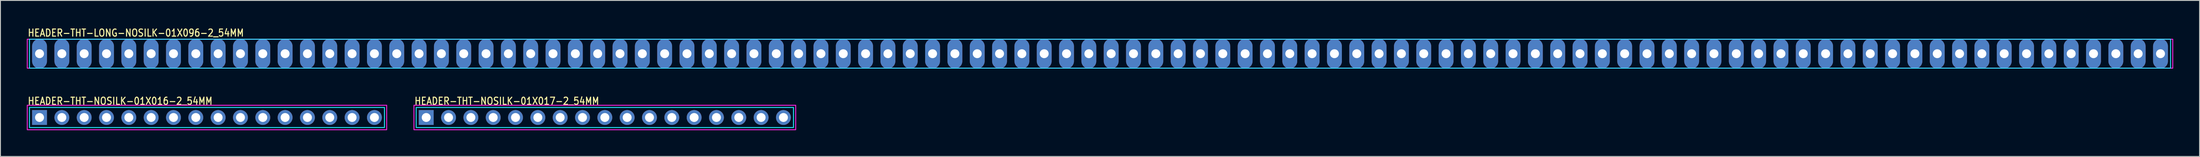
<source format=kicad_pcb>
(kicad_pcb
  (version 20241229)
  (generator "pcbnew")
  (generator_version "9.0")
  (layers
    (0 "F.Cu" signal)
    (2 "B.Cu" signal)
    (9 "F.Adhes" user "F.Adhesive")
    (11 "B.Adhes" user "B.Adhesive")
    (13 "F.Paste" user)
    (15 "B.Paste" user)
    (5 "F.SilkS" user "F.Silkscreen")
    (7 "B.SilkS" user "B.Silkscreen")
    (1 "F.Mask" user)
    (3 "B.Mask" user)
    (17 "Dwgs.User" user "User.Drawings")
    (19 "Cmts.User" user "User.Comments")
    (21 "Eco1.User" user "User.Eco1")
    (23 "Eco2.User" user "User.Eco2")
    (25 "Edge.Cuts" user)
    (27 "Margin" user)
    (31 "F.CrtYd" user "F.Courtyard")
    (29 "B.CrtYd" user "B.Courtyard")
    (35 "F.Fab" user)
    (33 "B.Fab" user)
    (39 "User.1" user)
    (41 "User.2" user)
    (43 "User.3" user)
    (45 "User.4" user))
  (footprint "HEADER-THT-LONG-NOSILK-01X096-2_54MM"
    (layer "F.Cu")
    (at 1.447 3.079)
    (property "Reference" "HEADER-THT-LONG-NOSILK-01X096-2_54MM" (at -1.4 -1.9 0) (unlocked yes) (layer "F.SilkS") (effects (font (size 0.813 0.695) (thickness 0.122)) (justify left bottom)))
    (fp_poly (pts (xy -1.143 -1.651) (xy 242.443 -1.651) (xy 242.443 1.651) (xy -1.143 1.651)) (stroke (width 0.1) (type solid)) (fill no) (layer "B.CrtYd"))
    (fp_poly (pts (xy -1.397 -1.651) (xy 242.697 -1.651) (xy 242.697 1.651) (xy -1.397 1.651)) (stroke (width 0.1) (type solid)) (fill no) (layer "F.CrtYd"))
    (pad "P$1" thru_hole oval (at 0 0 90) (size 3.387 1.693) (drill 1.016) (layers "*.Cu" "*.Mask"))
    (pad "P$2" thru_hole oval (at 2.54 0 90) (size 3.387 1.693) (drill 1.016) (layers "*.Cu" "*.Mask"))
    (pad "P$3" thru_hole oval (at 5.08 0 90) (size 3.387 1.693) (drill 1.016) (layers "*.Cu" "*.Mask"))
    (pad "P$4" thru_hole oval (at 7.62 0 90) (size 3.387 1.693) (drill 1.016) (layers "*.Cu" "*.Mask"))
    (pad "P$5" thru_hole oval (at 10.16 0 90) (size 3.387 1.693) (drill 1.016) (layers "*.Cu" "*.Mask"))
    (pad "P$6" thru_hole oval (at 12.7 0 90) (size 3.387 1.693) (drill 1.016) (layers "*.Cu" "*.Mask"))
    (pad "P$7" thru_hole oval (at 15.24 0 90) (size 3.387 1.693) (drill 1.016) (layers "*.Cu" "*.Mask"))
    (pad "P$8" thru_hole oval (at 17.78 0 90) (size 3.387 1.693) (drill 1.016) (layers "*.Cu" "*.Mask"))
    (pad "P$9" thru_hole oval (at 20.32 0 90) (size 3.387 1.693) (drill 1.016) (layers "*.Cu" "*.Mask"))
    (pad "P$10" thru_hole oval (at 22.86 0 90) (size 3.387 1.693) (drill 1.016) (layers "*.Cu" "*.Mask"))
    (pad "P$11" thru_hole oval (at 25.4 0 90) (size 3.387 1.693) (drill 1.016) (layers "*.Cu" "*.Mask"))
    (pad "P$12" thru_hole oval (at 27.94 0 90) (size 3.387 1.693) (drill 1.016) (layers "*.Cu" "*.Mask"))
    (pad "P$13" thru_hole oval (at 30.48 0 90) (size 3.387 1.693) (drill 1.016) (layers "*.Cu" "*.Mask"))
    (pad "P$14" thru_hole oval (at 33.02 0 90) (size 3.387 1.693) (drill 1.016) (layers "*.Cu" "*.Mask"))
    (pad "P$15" thru_hole oval (at 35.56 0 90) (size 3.387 1.693) (drill 1.016) (layers "*.Cu" "*.Mask"))
    (pad "P$16" thru_hole oval (at 38.1 0 90) (size 3.387 1.693) (drill 1.016) (layers "*.Cu" "*.Mask"))
    (pad "P$17" thru_hole oval (at 40.64 0 90) (size 3.387 1.693) (drill 1.016) (layers "*.Cu" "*.Mask"))
    (pad "P$18" thru_hole oval (at 43.18 0 90) (size 3.387 1.693) (drill 1.016) (layers "*.Cu" "*.Mask"))
    (pad "P$19" thru_hole oval (at 45.72 0 90) (size 3.387 1.693) (drill 1.016) (layers "*.Cu" "*.Mask"))
    (pad "P$20" thru_hole oval (at 48.26 0 90) (size 3.387 1.693) (drill 1.016) (layers "*.Cu" "*.Mask"))
    (pad "P$21" thru_hole oval (at 50.8 0 90) (size 3.387 1.693) (drill 1.016) (layers "*.Cu" "*.Mask"))
    (pad "P$22" thru_hole oval (at 53.34 0 90) (size 3.387 1.693) (drill 1.016) (layers "*.Cu" "*.Mask"))
    (pad "P$23" thru_hole oval (at 55.88 0 90) (size 3.387 1.693) (drill 1.016) (layers "*.Cu" "*.Mask"))
    (pad "P$24" thru_hole oval (at 58.42 0 90) (size 3.387 1.693) (drill 1.016) (layers "*.Cu" "*.Mask"))
    (pad "P$25" thru_hole oval (at 60.96 0 90) (size 3.387 1.693) (drill 1.016) (layers "*.Cu" "*.Mask"))
    (pad "P$26" thru_hole oval (at 63.5 0 90) (size 3.387 1.693) (drill 1.016) (layers "*.Cu" "*.Mask"))
    (pad "P$27" thru_hole oval (at 66.04 0 90) (size 3.387 1.693) (drill 1.016) (layers "*.Cu" "*.Mask"))
    (pad "P$28" thru_hole oval (at 68.58 0 90) (size 3.387 1.693) (drill 1.016) (layers "*.Cu" "*.Mask"))
    (pad "P$29" thru_hole oval (at 71.12 0 90) (size 3.387 1.693) (drill 1.016) (layers "*.Cu" "*.Mask"))
    (pad "P$30" thru_hole oval (at 73.66 0 90) (size 3.387 1.693) (drill 1.016) (layers "*.Cu" "*.Mask"))
    (pad "P$31" thru_hole oval (at 76.2 0 90) (size 3.387 1.693) (drill 1.016) (layers "*.Cu" "*.Mask"))
    (pad "P$32" thru_hole oval (at 78.74 0 90) (size 3.387 1.693) (drill 1.016) (layers "*.Cu" "*.Mask"))
    (pad "P$33" thru_hole oval (at 81.28 0 90) (size 3.387 1.693) (drill 1.016) (layers "*.Cu" "*.Mask"))
    (pad "P$34" thru_hole oval (at 83.82 0 90) (size 3.387 1.693) (drill 1.016) (layers "*.Cu" "*.Mask"))
    (pad "P$35" thru_hole oval (at 86.36 0 90) (size 3.387 1.693) (drill 1.016) (layers "*.Cu" "*.Mask"))
    (pad "P$36" thru_hole oval (at 88.9 0 90) (size 3.387 1.693) (drill 1.016) (layers "*.Cu" "*.Mask"))
    (pad "P$37" thru_hole oval (at 91.44 0 90) (size 3.387 1.693) (drill 1.016) (layers "*.Cu" "*.Mask"))
    (pad "P$38" thru_hole oval (at 93.98 0 90) (size 3.387 1.693) (drill 1.016) (layers "*.Cu" "*.Mask"))
    (pad "P$39" thru_hole oval (at 96.52 0 90) (size 3.387 1.693) (drill 1.016) (layers "*.Cu" "*.Mask"))
    (pad "P$40" thru_hole oval (at 99.06 0 90) (size 3.387 1.693) (drill 1.016) (layers "*.Cu" "*.Mask"))
    (pad "P$41" thru_hole oval (at 101.6 0 90) (size 3.387 1.693) (drill 1.016) (layers "*.Cu" "*.Mask"))
    (pad "P$42" thru_hole oval (at 104.14 0 90) (size 3.387 1.693) (drill 1.016) (layers "*.Cu" "*.Mask"))
    (pad "P$43" thru_hole oval (at 106.68 0 90) (size 3.387 1.693) (drill 1.016) (layers "*.Cu" "*.Mask"))
    (pad "P$44" thru_hole oval (at 109.22 0 90) (size 3.387 1.693) (drill 1.016) (layers "*.Cu" "*.Mask"))
    (pad "P$45" thru_hole oval (at 111.76 0 90) (size 3.387 1.693) (drill 1.016) (layers "*.Cu" "*.Mask"))
    (pad "P$46" thru_hole oval (at 114.3 0 90) (size 3.387 1.693) (drill 1.016) (layers "*.Cu" "*.Mask"))
    (pad "P$47" thru_hole oval (at 116.84 0 90) (size 3.387 1.693) (drill 1.016) (layers "*.Cu" "*.Mask"))
    (pad "P$48" thru_hole oval (at 119.38 0 90) (size 3.387 1.693) (drill 1.016) (layers "*.Cu" "*.Mask"))
    (pad "P$49" thru_hole oval (at 121.92 0 90) (size 3.387 1.693) (drill 1.016) (layers "*.Cu" "*.Mask"))
    (pad "P$50" thru_hole oval (at 124.46 0 90) (size 3.387 1.693) (drill 1.016) (layers "*.Cu" "*.Mask"))
    (pad "P$51" thru_hole oval (at 127 0 90) (size 3.387 1.693) (drill 1.016) (layers "*.Cu" "*.Mask"))
    (pad "P$52" thru_hole oval (at 129.54 0 90) (size 3.387 1.693) (drill 1.016) (layers "*.Cu" "*.Mask"))
    (pad "P$53" thru_hole oval (at 132.08 0 90) (size 3.387 1.693) (drill 1.016) (layers "*.Cu" "*.Mask"))
    (pad "P$54" thru_hole oval (at 134.62 0 90) (size 3.387 1.693) (drill 1.016) (layers "*.Cu" "*.Mask"))
    (pad "P$55" thru_hole oval (at 137.16 0 90) (size 3.387 1.693) (drill 1.016) (layers "*.Cu" "*.Mask"))
    (pad "P$56" thru_hole oval (at 139.7 0 90) (size 3.387 1.693) (drill 1.016) (layers "*.Cu" "*.Mask"))
    (pad "P$57" thru_hole oval (at 142.24 0 90) (size 3.387 1.693) (drill 1.016) (layers "*.Cu" "*.Mask"))
    (pad "P$58" thru_hole oval (at 144.78 0 90) (size 3.387 1.693) (drill 1.016) (layers "*.Cu" "*.Mask"))
    (pad "P$59" thru_hole oval (at 147.32 0 90) (size 3.387 1.693) (drill 1.016) (layers "*.Cu" "*.Mask"))
    (pad "P$60" thru_hole oval (at 149.86 0 90) (size 3.387 1.693) (drill 1.016) (layers "*.Cu" "*.Mask"))
    (pad "P$61" thru_hole oval (at 152.4 0 90) (size 3.387 1.693) (drill 1.016) (layers "*.Cu" "*.Mask"))
    (pad "P$62" thru_hole oval (at 154.94 0 90) (size 3.387 1.693) (drill 1.016) (layers "*.Cu" "*.Mask"))
    (pad "P$63" thru_hole oval (at 157.48 0 90) (size 3.387 1.693) (drill 1.016) (layers "*.Cu" "*.Mask"))
    (pad "P$64" thru_hole oval (at 160.02 0 90) (size 3.387 1.693) (drill 1.016) (layers "*.Cu" "*.Mask"))
    (pad "P$65" thru_hole oval (at 162.56 0 90) (size 3.387 1.693) (drill 1.016) (layers "*.Cu" "*.Mask"))
    (pad "P$66" thru_hole oval (at 165.1 0 90) (size 3.387 1.693) (drill 1.016) (layers "*.Cu" "*.Mask"))
    (pad "P$67" thru_hole oval (at 167.64 0 90) (size 3.387 1.693) (drill 1.016) (layers "*.Cu" "*.Mask"))
    (pad "P$68" thru_hole oval (at 170.18 0 90) (size 3.387 1.693) (drill 1.016) (layers "*.Cu" "*.Mask"))
    (pad "P$69" thru_hole oval (at 172.72 0 90) (size 3.387 1.693) (drill 1.016) (layers "*.Cu" "*.Mask"))
    (pad "P$70" thru_hole oval (at 175.26 0 90) (size 3.387 1.693) (drill 1.016) (layers "*.Cu" "*.Mask"))
    (pad "P$71" thru_hole oval (at 177.8 0 90) (size 3.387 1.693) (drill 1.016) (layers "*.Cu" "*.Mask"))
    (pad "P$72" thru_hole oval (at 180.34 0 90) (size 3.387 1.693) (drill 1.016) (layers "*.Cu" "*.Mask"))
    (pad "P$73" thru_hole oval (at 182.88 0 90) (size 3.387 1.693) (drill 1.016) (layers "*.Cu" "*.Mask"))
    (pad "P$74" thru_hole oval (at 185.42 0 90) (size 3.387 1.693) (drill 1.016) (layers "*.Cu" "*.Mask"))
    (pad "P$75" thru_hole oval (at 187.96 0 90) (size 3.387 1.693) (drill 1.016) (layers "*.Cu" "*.Mask"))
    (pad "P$76" thru_hole oval (at 190.5 0 90) (size 3.387 1.693) (drill 1.016) (layers "*.Cu" "*.Mask"))
    (pad "P$77" thru_hole oval (at 193.04 0 90) (size 3.387 1.693) (drill 1.016) (layers "*.Cu" "*.Mask"))
    (pad "P$78" thru_hole oval (at 195.58 0 90) (size 3.387 1.693) (drill 1.016) (layers "*.Cu" "*.Mask"))
    (pad "P$79" thru_hole oval (at 198.12 0 90) (size 3.387 1.693) (drill 1.016) (layers "*.Cu" "*.Mask"))
    (pad "P$80" thru_hole oval (at 200.66 0 90) (size 3.387 1.693) (drill 1.016) (layers "*.Cu" "*.Mask"))
    (pad "P$81" thru_hole oval (at 203.2 0 90) (size 3.387 1.693) (drill 1.016) (layers "*.Cu" "*.Mask"))
    (pad "P$82" thru_hole oval (at 205.74 0 90) (size 3.387 1.693) (drill 1.016) (layers "*.Cu" "*.Mask"))
    (pad "P$83" thru_hole oval (at 208.28 0 90) (size 3.387 1.693) (drill 1.016) (layers "*.Cu" "*.Mask"))
    (pad "P$84" thru_hole oval (at 210.82 0 90) (size 3.387 1.693) (drill 1.016) (layers "*.Cu" "*.Mask"))
    (pad "P$85" thru_hole oval (at 213.36 0 90) (size 3.387 1.693) (drill 1.016) (layers "*.Cu" "*.Mask"))
    (pad "P$86" thru_hole oval (at 215.9 0 90) (size 3.387 1.693) (drill 1.016) (layers "*.Cu" "*.Mask"))
    (pad "P$87" thru_hole oval (at 218.44 0 90) (size 3.387 1.693) (drill 1.016) (layers "*.Cu" "*.Mask"))
    (pad "P$88" thru_hole oval (at 220.98 0 90) (size 3.387 1.693) (drill 1.016) (layers "*.Cu" "*.Mask"))
    (pad "P$89" thru_hole oval (at 223.52 0 90) (size 3.387 1.693) (drill 1.016) (layers "*.Cu" "*.Mask"))
    (pad "P$90" thru_hole oval (at 226.06 0 90) (size 3.387 1.693) (drill 1.016) (layers "*.Cu" "*.Mask"))
    (pad "P$91" thru_hole oval (at 228.6 0 90) (size 3.387 1.693) (drill 1.016) (layers "*.Cu" "*.Mask"))
    (pad "P$92" thru_hole oval (at 231.14 0 90) (size 3.387 1.693) (drill 1.016) (layers "*.Cu" "*.Mask"))
    (pad "P$93" thru_hole oval (at 233.68 0 90) (size 3.387 1.693) (drill 1.016) (layers "*.Cu" "*.Mask"))
    (pad "P$94" thru_hole oval (at 236.22 0 90) (size 3.387 1.693) (drill 1.016) (layers "*.Cu" "*.Mask"))
    (pad "P$95" thru_hole oval (at 238.76 0 90) (size 3.387 1.693) (drill 1.016) (layers "*.Cu" "*.Mask"))
    (pad "P$96" thru_hole oval (at 241.3 0 90) (size 3.387 1.693) (drill 1.016) (layers "*.Cu" "*.Mask")))
  (footprint "HEADER-THT-NOSILK-01X017-2_54MM"
    (layer "F.Cu")
    (at 45.441 10.358)
    (property "Reference" "HEADER-THT-NOSILK-01X017-2_54MM" (at -1.4 -1.4 0) (unlocked yes) (layer "F.SilkS") (effects (font (size 0.813 0.695) (thickness 0.122)) (justify left bottom)))
    (fp_poly (pts (xy -1.143 -1.143) (xy 41.783 -1.143) (xy 41.783 1.143) (xy -1.143 1.143)) (stroke (width 0.1) (type solid)) (fill no) (layer "B.CrtYd"))
    (fp_poly (pts (xy -1.397 -1.397) (xy 42.037 -1.397) (xy 42.037 1.397) (xy -1.397 1.397)) (stroke (width 0.1) (type solid)) (fill no) (layer "F.CrtYd"))
    (pad "P$1" thru_hole rect (at 0 0) (size 1.693 1.693) (drill 1.016) (layers "*.Cu" "*.Mask"))
    (pad "P$2" thru_hole oval (at 2.54 0) (size 1.693 1.693) (drill 1.016) (layers "*.Cu" "*.Mask"))
    (pad "P$3" thru_hole oval (at 5.08 0) (size 1.693 1.693) (drill 1.016) (layers "*.Cu" "*.Mask"))
    (pad "P$4" thru_hole oval (at 7.62 0) (size 1.693 1.693) (drill 1.016) (layers "*.Cu" "*.Mask"))
    (pad "P$5" thru_hole oval (at 10.16 0) (size 1.693 1.693) (drill 1.016) (layers "*.Cu" "*.Mask"))
    (pad "P$6" thru_hole oval (at 12.7 0) (size 1.693 1.693) (drill 1.016) (layers "*.Cu" "*.Mask"))
    (pad "P$7" thru_hole oval (at 15.24 0) (size 1.693 1.693) (drill 1.016) (layers "*.Cu" "*.Mask"))
    (pad "P$8" thru_hole oval (at 17.78 0) (size 1.693 1.693) (drill 1.016) (layers "*.Cu" "*.Mask"))
    (pad "P$9" thru_hole oval (at 20.32 0) (size 1.693 1.693) (drill 1.016) (layers "*.Cu" "*.Mask"))
    (pad "P$10" thru_hole oval (at 22.86 0) (size 1.693 1.693) (drill 1.016) (layers "*.Cu" "*.Mask"))
    (pad "P$11" thru_hole oval (at 25.4 0) (size 1.693 1.693) (drill 1.016) (layers "*.Cu" "*.Mask"))
    (pad "P$12" thru_hole oval (at 27.94 0) (size 1.693 1.693) (drill 1.016) (layers "*.Cu" "*.Mask"))
    (pad "P$13" thru_hole oval (at 30.48 0) (size 1.693 1.693) (drill 1.016) (layers "*.Cu" "*.Mask"))
    (pad "P$14" thru_hole oval (at 33.02 0) (size 1.693 1.693) (drill 1.016) (layers "*.Cu" "*.Mask"))
    (pad "P$15" thru_hole oval (at 35.56 0) (size 1.693 1.693) (drill 1.016) (layers "*.Cu" "*.Mask"))
    (pad "P$16" thru_hole oval (at 38.1 0) (size 1.693 1.693) (drill 1.016) (layers "*.Cu" "*.Mask"))
    (pad "P$17" thru_hole oval (at 40.64 0) (size 1.693 1.693) (drill 1.016) (layers "*.Cu" "*.Mask")))
  (footprint "HEADER-THT-NOSILK-01X016-2_54MM"
    (layer "F.Cu")
    (at 1.447 10.358)
    (property "Reference" "HEADER-THT-NOSILK-01X016-2_54MM" (at -1.4 -1.4 0) (unlocked yes) (layer "F.SilkS") (effects (font (size 0.813 0.695) (thickness 0.122)) (justify left bottom)))
    (fp_poly (pts (xy -1.143 -1.143) (xy 39.243 -1.143) (xy 39.243 1.143) (xy -1.143 1.143)) (stroke (width 0.1) (type solid)) (fill no) (layer "B.CrtYd"))
    (fp_poly (pts (xy -1.397 -1.397) (xy 39.497 -1.397) (xy 39.497 1.397) (xy -1.397 1.397)) (stroke (width 0.1) (type solid)) (fill no) (layer "F.CrtYd"))
    (pad "P$1" thru_hole rect (at 0 0) (size 1.693 1.693) (drill 1.016) (layers "*.Cu" "*.Mask"))
    (pad "P$2" thru_hole oval (at 2.54 0) (size 1.693 1.693) (drill 1.016) (layers "*.Cu" "*.Mask"))
    (pad "P$3" thru_hole oval (at 5.08 0) (size 1.693 1.693) (drill 1.016) (layers "*.Cu" "*.Mask"))
    (pad "P$4" thru_hole oval (at 7.62 0) (size 1.693 1.693) (drill 1.016) (layers "*.Cu" "*.Mask"))
    (pad "P$5" thru_hole oval (at 10.16 0) (size 1.693 1.693) (drill 1.016) (layers "*.Cu" "*.Mask"))
    (pad "P$6" thru_hole oval (at 12.7 0) (size 1.693 1.693) (drill 1.016) (layers "*.Cu" "*.Mask"))
    (pad "P$7" thru_hole oval (at 15.24 0) (size 1.693 1.693) (drill 1.016) (layers "*.Cu" "*.Mask"))
    (pad "P$8" thru_hole oval (at 17.78 0) (size 1.693 1.693) (drill 1.016) (layers "*.Cu" "*.Mask"))
    (pad "P$9" thru_hole oval (at 20.32 0) (size 1.693 1.693) (drill 1.016) (layers "*.Cu" "*.Mask"))
    (pad "P$10" thru_hole oval (at 22.86 0) (size 1.693 1.693) (drill 1.016) (layers "*.Cu" "*.Mask"))
    (pad "P$11" thru_hole oval (at 25.4 0) (size 1.693 1.693) (drill 1.016) (layers "*.Cu" "*.Mask"))
    (pad "P$12" thru_hole oval (at 27.94 0) (size 1.693 1.693) (drill 1.016) (layers "*.Cu" "*.Mask"))
    (pad "P$13" thru_hole oval (at 30.48 0) (size 1.693 1.693) (drill 1.016) (layers "*.Cu" "*.Mask"))
    (pad "P$14" thru_hole oval (at 33.02 0) (size 1.693 1.693) (drill 1.016) (layers "*.Cu" "*.Mask"))
    (pad "P$15" thru_hole oval (at 35.56 0) (size 1.693 1.693) (drill 1.016) (layers "*.Cu" "*.Mask"))
    (pad "P$16" thru_hole oval (at 38.1 0) (size 1.693 1.693) (drill 1.016) (layers "*.Cu" "*.Mask")))
  (gr_rect
    (start -3 -3)
    (end 247.194 14.805)
    (stroke (width 0.1) (type default))
    (fill no)
    (layer "Edge.Cuts")))
</source>
